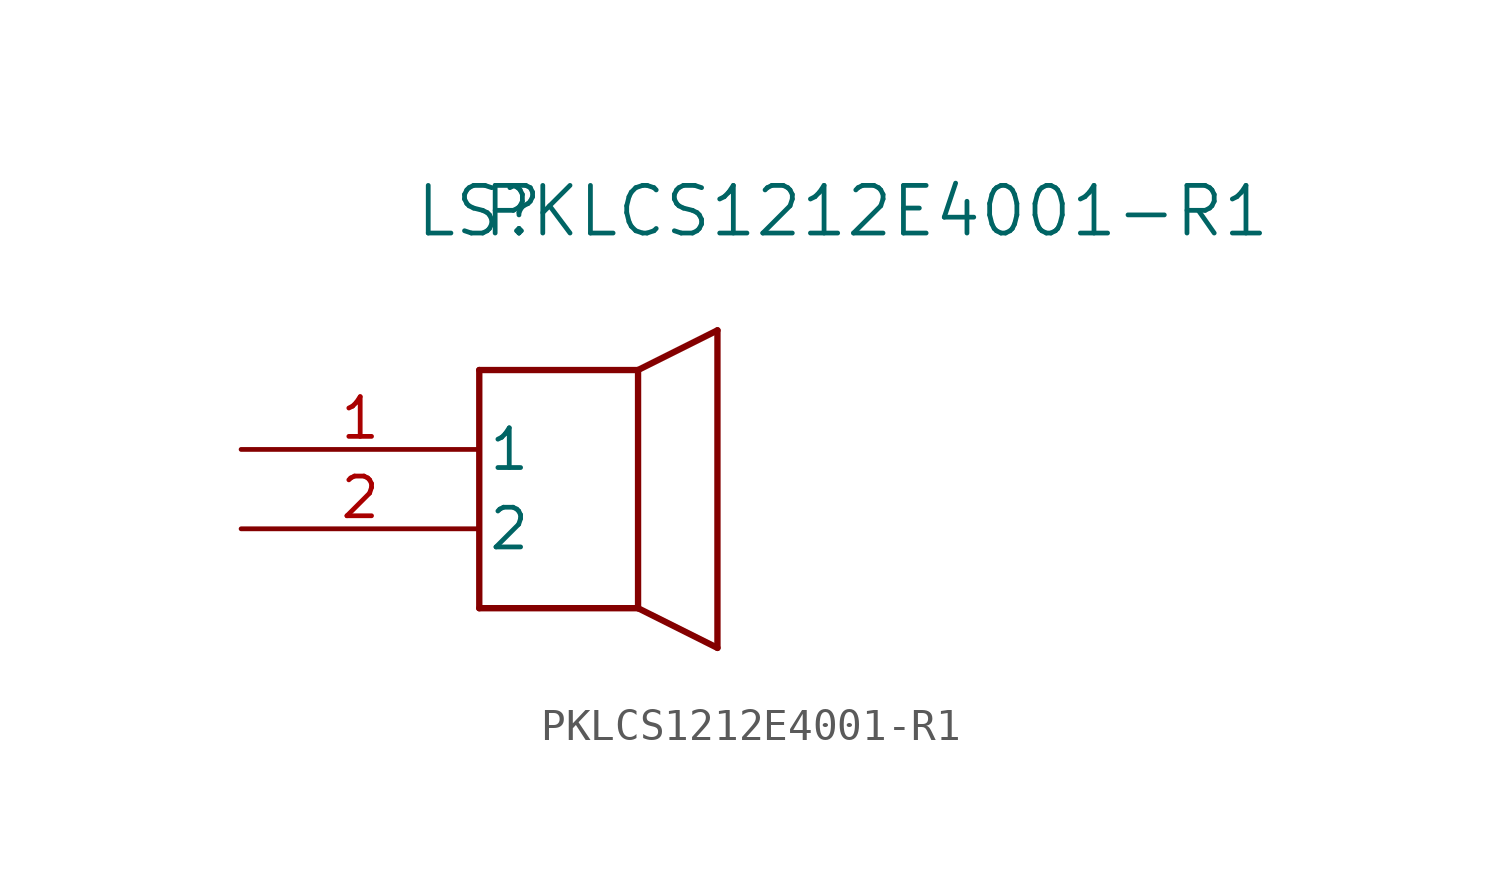
<source format=kicad_sym>
(kicad_symbol_lib
  (version 20211014)
  (generator kicad_symbol_editor)
  (symbol "PKLCS1212E4001-R1"
    (pin_names
      (offset 0.254))
    (property "Reference" "LS"
      (at 7.62 7.62 0)
      (effects (font (size 1.524 1.524))))
    (property "Value" "PKLCS1212E4001-R1"
      (at 20.32 7.62 0)
      (effects (font (size 1.524 1.524))))
    (symbol "PKLCS1212E4001-R1_0_1"
      (polyline (pts (xy 7.62 2.54) (xy 7.62 -5.08)) (stroke (width 0.203) (type default) (color 0 0 0 0)) (fill (type none)))
      (polyline (pts (xy 7.62 -5.08) (xy 12.7 -5.08)) (stroke (width 0.203) (type default) (color 0 0 0 0)) (fill (type none)))
      (polyline (pts (xy 12.7 -5.08) (xy 12.7 2.54)) (stroke (width 0.203) (type default) (color 0 0 0 0)) (fill (type none)))
      (polyline (pts (xy 12.7 2.54) (xy 7.62 2.54)) (stroke (width 0.203) (type default) (color 0 0 0 0)) (fill (type none)))
      (polyline (pts (xy 12.7 2.54) (xy 15.24 3.81)) (stroke (width 0.203) (type default) (color 0 0 0 0)) (fill (type none)))
      (polyline (pts (xy 15.24 3.81) (xy 15.24 -6.35)) (stroke (width 0.203) (type default) (color 0 0 0 0)) (fill (type none)))
      (polyline (pts (xy 15.24 -6.35) (xy 12.7 -5.08)) (stroke (width 0.203) (type default) (color 0 0 0 0)) (fill (type none)))
      (pin unspecified line (at 0 0 0) (length 7.62) (name "1" (effects (font (size 1.27 1.27)))) (number "1" (effects (font (size 1.27 1.27)))))
      (pin unspecified line (at 0 -2.54 0) (length 7.62) (name "2" (effects (font (size 1.27 1.27)))) (number "2" (effects (font (size 1.27 1.27))))))))
</source>
